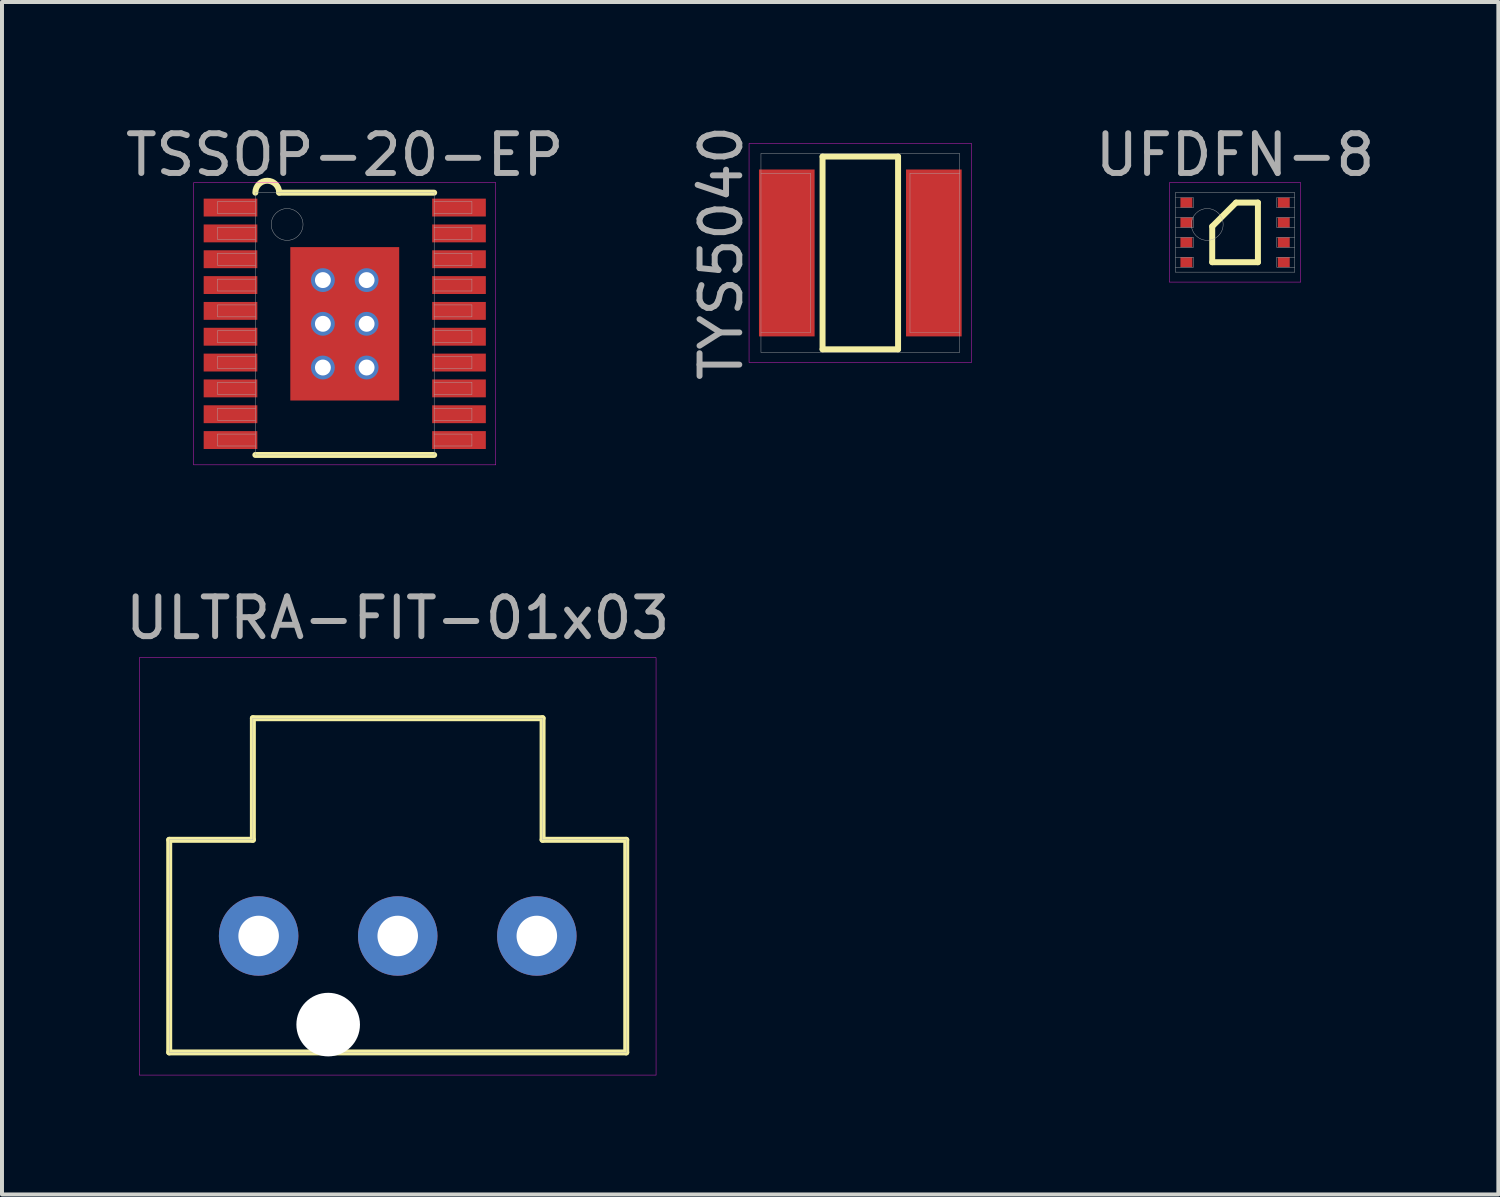
<source format=kicad_pcb>
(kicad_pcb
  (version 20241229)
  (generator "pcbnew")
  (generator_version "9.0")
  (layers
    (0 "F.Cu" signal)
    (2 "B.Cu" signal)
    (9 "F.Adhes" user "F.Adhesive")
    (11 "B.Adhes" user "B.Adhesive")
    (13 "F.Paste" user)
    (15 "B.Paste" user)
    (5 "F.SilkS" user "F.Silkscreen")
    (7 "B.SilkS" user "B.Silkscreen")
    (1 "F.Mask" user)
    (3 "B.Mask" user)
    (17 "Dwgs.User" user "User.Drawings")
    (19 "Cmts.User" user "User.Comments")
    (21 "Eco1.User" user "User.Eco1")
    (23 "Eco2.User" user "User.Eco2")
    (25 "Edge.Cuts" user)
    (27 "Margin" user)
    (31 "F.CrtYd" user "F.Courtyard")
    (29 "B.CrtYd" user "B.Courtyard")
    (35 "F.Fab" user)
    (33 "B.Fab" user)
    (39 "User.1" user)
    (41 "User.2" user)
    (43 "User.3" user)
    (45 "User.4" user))
  (footprint "TSSOP-20-EP"
    (layer "F.Cu")
    (at 5.625 5.098)
    (property "Reference" "TSSOP-20-EP" (at 0 -4.25 0) (layer "F.Fab") (effects (font (size 1 1) (thickness 0.15))))
    (attr through_hole)
    (fp_line (start -2.25 3.3) (end 2.25 3.3) (stroke (width 0.15) (type solid)) (layer "F.SilkS"))
    (fp_line (start -1.65 -3.3) (end 2.25 -3.3) (stroke (width 0.15) (type solid)) (layer "F.SilkS"))
    (fp_arc (start -2.25 -3.3) (mid -1.95 -3.6) (end -1.65 -3.3) (stroke (width 0.15) (type solid)) (layer "F.SilkS"))
    (fp_line (start -3.8 -3.55) (end 3.8 -3.55) (stroke (width 0.01) (type solid)) (layer "F.CrtYd"))
    (fp_line (start -3.8 3.55) (end -3.8 -3.55) (stroke (width 0.01) (type solid)) (layer "F.CrtYd"))
    (fp_line (start 3.8 -3.55) (end 3.8 3.55) (stroke (width 0.01) (type solid)) (layer "F.CrtYd"))
    (fp_line (start 3.8 3.55) (end -3.8 3.55) (stroke (width 0.01) (type solid)) (layer "F.CrtYd"))
    (fp_line (start -3.2 -3.075) (end -2.25 -3.075) (stroke (width 0.01) (type solid)) (layer "F.Fab"))
    (fp_line (start -3.2 -2.775) (end -3.2 -3.075) (stroke (width 0.01) (type solid)) (layer "F.Fab"))
    (fp_line (start -3.2 -2.425) (end -2.25 -2.425) (stroke (width 0.01) (type solid)) (layer "F.Fab"))
    (fp_line (start -3.2 -2.125) (end -3.2 -2.425) (stroke (width 0.01) (type solid)) (layer "F.Fab"))
    (fp_line (start -3.2 -1.775) (end -2.25 -1.775) (stroke (width 0.01) (type solid)) (layer "F.Fab"))
    (fp_line (start -3.2 -1.475) (end -3.2 -1.775) (stroke (width 0.01) (type solid)) (layer "F.Fab"))
    (fp_line (start -3.2 -1.125) (end -2.25 -1.125) (stroke (width 0.01) (type solid)) (layer "F.Fab"))
    (fp_line (start -3.2 -0.825) (end -3.2 -1.125) (stroke (width 0.01) (type solid)) (layer "F.Fab"))
    (fp_line (start -3.2 -0.475) (end -2.25 -0.475) (stroke (width 0.01) (type solid)) (layer "F.Fab"))
    (fp_line (start -3.2 -0.175) (end -3.2 -0.475) (stroke (width 0.01) (type solid)) (layer "F.Fab"))
    (fp_line (start -3.2 0.175) (end -2.25 0.175) (stroke (width 0.01) (type solid)) (layer "F.Fab"))
    (fp_line (start -3.2 0.475) (end -3.2 0.175) (stroke (width 0.01) (type solid)) (layer "F.Fab"))
    (fp_line (start -3.2 0.825) (end -2.25 0.825) (stroke (width 0.01) (type solid)) (layer "F.Fab"))
    (fp_line (start -3.2 1.125) (end -3.2 0.825) (stroke (width 0.01) (type solid)) (layer "F.Fab"))
    (fp_line (start -3.2 1.475) (end -2.25 1.475) (stroke (width 0.01) (type solid)) (layer "F.Fab"))
    (fp_line (start -3.2 1.775) (end -3.2 1.475) (stroke (width 0.01) (type solid)) (layer "F.Fab"))
    (fp_line (start -3.2 2.125) (end -2.25 2.125) (stroke (width 0.01) (type solid)) (layer "F.Fab"))
    (fp_line (start -3.2 2.425) (end -3.2 2.125) (stroke (width 0.01) (type solid)) (layer "F.Fab"))
    (fp_line (start -3.2 2.775) (end -2.25 2.775) (stroke (width 0.01) (type solid)) (layer "F.Fab"))
    (fp_line (start -3.2 3.075) (end -3.2 2.775) (stroke (width 0.01) (type solid)) (layer "F.Fab"))
    (fp_line (start -2.25 -3.3) (end 2.25 -3.3) (stroke (width 0.01) (type solid)) (layer "F.Fab"))
    (fp_line (start -2.25 -2.775) (end -3.2 -2.775) (stroke (width 0.01) (type solid)) (layer "F.Fab"))
    (fp_line (start -2.25 -2.125) (end -3.2 -2.125) (stroke (width 0.01) (type solid)) (layer "F.Fab"))
    (fp_line (start -2.25 -1.475) (end -3.2 -1.475) (stroke (width 0.01) (type solid)) (layer "F.Fab"))
    (fp_line (start -2.25 -0.825) (end -3.2 -0.825) (stroke (width 0.01) (type solid)) (layer "F.Fab"))
    (fp_line (start -2.25 -0.175) (end -3.2 -0.175) (stroke (width 0.01) (type solid)) (layer "F.Fab"))
    (fp_line (start -2.25 0.475) (end -3.2 0.475) (stroke (width 0.01) (type solid)) (layer "F.Fab"))
    (fp_line (start -2.25 1.125) (end -3.2 1.125) (stroke (width 0.01) (type solid)) (layer "F.Fab"))
    (fp_line (start -2.25 1.775) (end -3.2 1.775) (stroke (width 0.01) (type solid)) (layer "F.Fab"))
    (fp_line (start -2.25 2.425) (end -3.2 2.425) (stroke (width 0.01) (type solid)) (layer "F.Fab"))
    (fp_line (start -2.25 3.075) (end -3.2 3.075) (stroke (width 0.01) (type solid)) (layer "F.Fab"))
    (fp_line (start -2.25 3.3) (end -2.25 -3.3) (stroke (width 0.01) (type solid)) (layer "F.Fab"))
    (fp_line (start 2.25 -3.3) (end 2.25 3.3) (stroke (width 0.01) (type solid)) (layer "F.Fab"))
    (fp_line (start 2.25 -3.075) (end 3.2 -3.075) (stroke (width 0.01) (type solid)) (layer "F.Fab"))
    (fp_line (start 2.25 -2.425) (end 3.2 -2.425) (stroke (width 0.01) (type solid)) (layer "F.Fab"))
    (fp_line (start 2.25 -1.775) (end 3.2 -1.775) (stroke (width 0.01) (type solid)) (layer "F.Fab"))
    (fp_line (start 2.25 -1.125) (end 3.2 -1.125) (stroke (width 0.01) (type solid)) (layer "F.Fab"))
    (fp_line (start 2.25 -0.475) (end 3.2 -0.475) (stroke (width 0.01) (type solid)) (layer "F.Fab"))
    (fp_line (start 2.25 0.175) (end 3.2 0.175) (stroke (width 0.01) (type solid)) (layer "F.Fab"))
    (fp_line (start 2.25 0.825) (end 3.2 0.825) (stroke (width 0.01) (type solid)) (layer "F.Fab"))
    (fp_line (start 2.25 1.475) (end 3.2 1.475) (stroke (width 0.01) (type solid)) (layer "F.Fab"))
    (fp_line (start 2.25 2.125) (end 3.2 2.125) (stroke (width 0.01) (type solid)) (layer "F.Fab"))
    (fp_line (start 2.25 2.775) (end 3.2 2.775) (stroke (width 0.01) (type solid)) (layer "F.Fab"))
    (fp_line (start 2.25 3.3) (end -2.25 3.3) (stroke (width 0.01) (type solid)) (layer "F.Fab"))
    (fp_line (start 3.2 -3.075) (end 3.2 -2.775) (stroke (width 0.01) (type solid)) (layer "F.Fab"))
    (fp_line (start 3.2 -2.775) (end 2.25 -2.775) (stroke (width 0.01) (type solid)) (layer "F.Fab"))
    (fp_line (start 3.2 -2.425) (end 3.2 -2.125) (stroke (width 0.01) (type solid)) (layer "F.Fab"))
    (fp_line (start 3.2 -2.125) (end 2.25 -2.125) (stroke (width 0.01) (type solid)) (layer "F.Fab"))
    (fp_line (start 3.2 -1.775) (end 3.2 -1.475) (stroke (width 0.01) (type solid)) (layer "F.Fab"))
    (fp_line (start 3.2 -1.475) (end 2.25 -1.475) (stroke (width 0.01) (type solid)) (layer "F.Fab"))
    (fp_line (start 3.2 -1.125) (end 3.2 -0.825) (stroke (width 0.01) (type solid)) (layer "F.Fab"))
    (fp_line (start 3.2 -0.825) (end 2.25 -0.825) (stroke (width 0.01) (type solid)) (layer "F.Fab"))
    (fp_line (start 3.2 -0.475) (end 3.2 -0.175) (stroke (width 0.01) (type solid)) (layer "F.Fab"))
    (fp_line (start 3.2 -0.175) (end 2.25 -0.175) (stroke (width 0.01) (type solid)) (layer "F.Fab"))
    (fp_line (start 3.2 0.175) (end 3.2 0.475) (stroke (width 0.01) (type solid)) (layer "F.Fab"))
    (fp_line (start 3.2 0.475) (end 2.25 0.475) (stroke (width 0.01) (type solid)) (layer "F.Fab"))
    (fp_line (start 3.2 0.825) (end 3.2 1.125) (stroke (width 0.01) (type solid)) (layer "F.Fab"))
    (fp_line (start 3.2 1.125) (end 2.25 1.125) (stroke (width 0.01) (type solid)) (layer "F.Fab"))
    (fp_line (start 3.2 1.475) (end 3.2 1.775) (stroke (width 0.01) (type solid)) (layer "F.Fab"))
    (fp_line (start 3.2 1.775) (end 2.25 1.775) (stroke (width 0.01) (type solid)) (layer "F.Fab"))
    (fp_line (start 3.2 2.125) (end 3.2 2.425) (stroke (width 0.01) (type solid)) (layer "F.Fab"))
    (fp_line (start 3.2 2.425) (end 2.25 2.425) (stroke (width 0.01) (type solid)) (layer "F.Fab"))
    (fp_line (start 3.2 2.775) (end 3.2 3.075) (stroke (width 0.01) (type solid)) (layer "F.Fab"))
    (fp_line (start 3.2 3.075) (end 2.25 3.075) (stroke (width 0.01) (type solid)) (layer "F.Fab"))
    (fp_circle (center -1.45 -2.5) (end -1.45 -2.1) (stroke (width 0.01) (type solid)) (fill no) (layer "F.Fab"))
    (pad "" smd rect (at 0 -1) (size 2.2 1.5) (layers "F.Mask"))
    (pad "" smd rect (at 0 -1) (size 2.2 1.5) (layers "F.Paste"))
    (pad "" smd rect (at 0 1) (size 2.2 1.5) (layers "F.Mask"))
    (pad "" smd rect (at 0 1) (size 2.2 1.5) (layers "F.Paste"))
    (pad "1" smd rect (at -2.875 -2.925) (size 1.35 0.45) (layers "F.Cu" "F.Mask" "F.Paste"))
    (pad "2" smd rect (at -2.875 -2.275) (size 1.35 0.45) (layers "F.Cu" "F.Mask" "F.Paste"))
    (pad "3" smd rect (at -2.875 -1.625) (size 1.35 0.45) (layers "F.Cu" "F.Mask" "F.Paste"))
    (pad "4" smd rect (at -2.875 -0.975) (size 1.35 0.45) (layers "F.Cu" "F.Mask" "F.Paste"))
    (pad "5" smd rect (at -2.875 -0.325) (size 1.35 0.45) (layers "F.Cu" "F.Mask" "F.Paste"))
    (pad "6" smd rect (at -2.875 0.325) (size 1.35 0.45) (layers "F.Cu" "F.Mask" "F.Paste"))
    (pad "7" smd rect (at -2.875 0.975) (size 1.35 0.45) (layers "F.Cu" "F.Mask" "F.Paste"))
    (pad "8" smd rect (at -2.875 1.625) (size 1.35 0.45) (layers "F.Cu" "F.Mask" "F.Paste"))
    (pad "9" smd rect (at -2.875 2.275) (size 1.35 0.45) (layers "F.Cu" "F.Mask" "F.Paste"))
    (pad "10" smd rect (at -2.875 2.925) (size 1.35 0.45) (layers "F.Cu" "F.Mask" "F.Paste"))
    (pad "11" smd rect (at 2.875 2.925) (size 1.35 0.45) (layers "F.Cu" "F.Mask" "F.Paste"))
    (pad "12" smd rect (at 2.875 2.275) (size 1.35 0.45) (layers "F.Cu" "F.Mask" "F.Paste"))
    (pad "13" smd rect (at 2.875 1.625) (size 1.35 0.45) (layers "F.Cu" "F.Mask" "F.Paste"))
    (pad "14" smd rect (at 2.875 0.975) (size 1.35 0.45) (layers "F.Cu" "F.Mask" "F.Paste"))
    (pad "15" smd rect (at 2.875 0.325) (size 1.35 0.45) (layers "F.Cu" "F.Mask" "F.Paste"))
    (pad "16" smd rect (at 2.875 -0.325) (size 1.35 0.45) (layers "F.Cu" "F.Mask" "F.Paste"))
    (pad "17" smd rect (at 2.875 -0.975) (size 1.35 0.45) (layers "F.Cu" "F.Mask" "F.Paste"))
    (pad "18" smd rect (at 2.875 -1.625) (size 1.35 0.45) (layers "F.Cu" "F.Mask" "F.Paste"))
    (pad "19" smd rect (at 2.875 -2.275) (size 1.35 0.45) (layers "F.Cu" "F.Mask" "F.Paste"))
    (pad "20" smd rect (at 2.875 -2.925) (size 1.35 0.45) (layers "F.Cu" "F.Mask" "F.Paste"))
    (pad "EP" thru_hole circle (at -0.55 -1.1) (size 0.6 0.6) (drill 0.4) (layers "*.Cu"))
    (pad "EP" thru_hole circle (at -0.55 0) (size 0.6 0.6) (drill 0.4) (layers "*.Cu"))
    (pad "EP" thru_hole circle (at -0.55 1.1) (size 0.6 0.6) (drill 0.4) (layers "*.Cu"))
    (pad "EP" smd rect (at 0 0) (size 2.74 3.86) (layers "F.Cu"))
    (pad "EP" thru_hole circle (at 0.55 -1.1) (size 0.6 0.6) (drill 0.4) (layers "*.Cu"))
    (pad "EP" thru_hole circle (at 0.55 0) (size 0.6 0.6) (drill 0.4) (layers "*.Cu"))
    (pad "EP" thru_hole circle (at 0.55 1.1) (size 0.6 0.6) (drill 0.4) (layers "*.Cu")))
  (footprint "ULTRA-FIT-01x03"
    (layer "F.Cu")
    (at 6.958 20.502)
    (property "Reference" "ULTRA-FIT-01x03" (at 0 -8 0) (layer "F.Fab") (effects (font (size 1 1) (thickness 0.15))))
    (attr through_hole)
    (fp_line (start -5.75 -2.42) (end -5.75 2.93) (stroke (width 0.15) (type solid)) (layer "F.SilkS"))
    (fp_line (start -5.75 2.93) (end 5.75 2.93) (stroke (width 0.15) (type solid)) (layer "F.SilkS"))
    (fp_line (start -3.645 -5.48) (end -3.645 -2.42) (stroke (width 0.15) (type solid)) (layer "F.SilkS"))
    (fp_line (start -3.645 -2.42) (end -5.75 -2.42) (stroke (width 0.15) (type solid)) (layer "F.SilkS"))
    (fp_line (start 3.645 -5.48) (end -3.645 -5.48) (stroke (width 0.15) (type solid)) (layer "F.SilkS"))
    (fp_line (start 3.645 -2.42) (end 3.645 -5.48) (stroke (width 0.15) (type solid)) (layer "F.SilkS"))
    (fp_line (start 5.75 -2.42) (end 3.645 -2.42) (stroke (width 0.15) (type solid)) (layer "F.SilkS"))
    (fp_line (start 5.75 2.93) (end 5.75 -2.42) (stroke (width 0.15) (type solid)) (layer "F.SilkS"))
    (fp_line (start -6.5 -7) (end -6.5 3.5) (stroke (width 0.01) (type solid)) (layer "F.CrtYd"))
    (fp_line (start -6.5 3.5) (end 6.5 3.5) (stroke (width 0.01) (type solid)) (layer "F.CrtYd"))
    (fp_line (start 6.5 -7) (end -6.5 -7) (stroke (width 0.01) (type solid)) (layer "F.CrtYd"))
    (fp_line (start 6.5 3.5) (end 6.5 -7) (stroke (width 0.01) (type solid)) (layer "F.CrtYd"))
    (fp_line (start -5.75 -2.42) (end -5.75 2.93) (stroke (width 0.01) (type solid)) (layer "F.Fab"))
    (fp_line (start -5.75 2.93) (end 5.75 2.93) (stroke (width 0.01) (type solid)) (layer "F.Fab"))
    (fp_line (start -3.645 -5.48) (end -3.645 -2.42) (stroke (width 0.01) (type solid)) (layer "F.Fab"))
    (fp_line (start -3.645 -2.42) (end -5.75 -2.42) (stroke (width 0.01) (type solid)) (layer "F.Fab"))
    (fp_line (start 3.645 -5.48) (end -3.645 -5.48) (stroke (width 0.01) (type solid)) (layer "F.Fab"))
    (fp_line (start 3.645 -2.42) (end 3.645 -5.48) (stroke (width 0.01) (type solid)) (layer "F.Fab"))
    (fp_line (start 5.75 -2.42) (end 3.645 -2.42) (stroke (width 0.01) (type solid)) (layer "F.Fab"))
    (fp_line (start 5.75 2.93) (end 5.75 -2.42) (stroke (width 0.01) (type solid)) (layer "F.Fab"))
    (pad "" np_thru_hole circle (at -1.75 2.23) (size 1.6 1.6) (drill 1.6) (layers "*.Cu" "*.Mask"))
    (pad "1" thru_hole circle (at -3.5 0) (size 2 2) (drill 1.02) (layers "*.Cu" "*.Mask"))
    (pad "2" thru_hole circle (at 0 0) (size 2 2) (drill 1.02) (layers "*.Cu" "*.Mask"))
    (pad "3" thru_hole circle (at 3.5 0) (size 2 2) (drill 1.02) (layers "*.Cu" "*.Mask")))
  (footprint "TYS5040"
    (layer "F.Cu")
    (at 18.598 3.315)
    (property "Reference" "TYS5040" (at -3.5 0 90) (layer "F.Fab") (effects (font (size 1 1) (thickness 0.15))))
    (attr through_hole)
    (fp_line (start -0.95 -2.425) (end 0.95 -2.425) (stroke (width 0.15) (type solid)) (layer "F.SilkS"))
    (fp_line (start -0.95 2.425) (end -0.95 -2.425) (stroke (width 0.15) (type solid)) (layer "F.SilkS"))
    (fp_line (start 0.95 -2.425) (end 0.95 2.425) (stroke (width 0.15) (type solid)) (layer "F.SilkS"))
    (fp_line (start 0.95 2.425) (end -0.95 2.425) (stroke (width 0.15) (type solid)) (layer "F.SilkS"))
    (fp_line (start -2.8 -2.75) (end 2.8 -2.75) (stroke (width 0.01) (type solid)) (layer "F.CrtYd"))
    (fp_line (start -2.8 2.75) (end -2.8 -2.75) (stroke (width 0.01) (type solid)) (layer "F.CrtYd"))
    (fp_line (start 2.8 -2.75) (end 2.8 2.75) (stroke (width 0.01) (type solid)) (layer "F.CrtYd"))
    (fp_line (start 2.8 2.75) (end -2.8 2.75) (stroke (width 0.01) (type solid)) (layer "F.CrtYd"))
    (fp_line (start -2.5 -2.5) (end 2.5 -2.5) (stroke (width 0.01) (type solid)) (layer "F.Fab"))
    (fp_line (start -2.5 2.5) (end -2.5 -2.5) (stroke (width 0.01) (type solid)) (layer "F.Fab"))
    (fp_line (start -1.25 -2) (end -2.5 -2) (stroke (width 0.01) (type solid)) (layer "F.Fab"))
    (fp_line (start -1.25 -2) (end -1.25 2) (stroke (width 0.01) (type solid)) (layer "F.Fab"))
    (fp_line (start -1.25 2) (end -2.5 2) (stroke (width 0.01) (type solid)) (layer "F.Fab"))
    (fp_line (start 1.25 -2) (end 1.25 2) (stroke (width 0.01) (type solid)) (layer "F.Fab"))
    (fp_line (start 1.25 -2) (end 2.5 -2) (stroke (width 0.01) (type solid)) (layer "F.Fab"))
    (fp_line (start 1.25 2) (end 2.5 2) (stroke (width 0.01) (type solid)) (layer "F.Fab"))
    (fp_line (start 2.5 -2.5) (end 2.5 2.5) (stroke (width 0.01) (type solid)) (layer "F.Fab"))
    (fp_line (start 2.5 2.5) (end -2.5 2.5) (stroke (width 0.01) (type solid)) (layer "F.Fab"))
    (pad "1" smd rect (at -1.85 0) (size 1.4 4.2) (layers "F.Cu" "F.Mask" "F.Paste"))
    (pad "2" smd rect (at 1.85 0) (size 1.4 4.2) (layers "F.Cu" "F.Mask" "F.Paste")))
  (footprint "UFDFN-8"
    (layer "F.Cu")
    (at 28.028 2.798)
    (property "Reference" "UFDFN-8" (at 0 -1.95 0) (layer "F.Fab") (effects (font (size 1 1) (thickness 0.15))))
    (attr through_hole)
    (fp_line (start -0.575 -0.15) (end 0.025 -0.75) (stroke (width 0.15) (type solid)) (layer "F.SilkS"))
    (fp_line (start -0.575 0.75) (end -0.575 -0.15) (stroke (width 0.15) (type solid)) (layer "F.SilkS"))
    (fp_line (start 0.025 -0.75) (end 0.575 -0.75) (stroke (width 0.15) (type solid)) (layer "F.SilkS"))
    (fp_line (start 0.575 -0.75) (end 0.575 0.75) (stroke (width 0.15) (type solid)) (layer "F.SilkS"))
    (fp_line (start 0.575 0.75) (end -0.575 0.75) (stroke (width 0.15) (type solid)) (layer "F.SilkS"))
    (fp_line (start -1.65 -1.25) (end 1.65 -1.25) (stroke (width 0.01) (type solid)) (layer "F.CrtYd"))
    (fp_line (start -1.65 1.25) (end -1.65 -1.25) (stroke (width 0.01) (type solid)) (layer "F.CrtYd"))
    (fp_line (start 1.65 -1.25) (end 1.65 1.25) (stroke (width 0.01) (type solid)) (layer "F.CrtYd"))
    (fp_line (start 1.65 1.25) (end -1.65 1.25) (stroke (width 0.01) (type solid)) (layer "F.CrtYd"))
    (fp_line (start -1.5 -1) (end 1.5 -1) (stroke (width 0.01) (type solid)) (layer "F.Fab"))
    (fp_line (start -1.5 -0.625) (end -1.05 -0.625) (stroke (width 0.01) (type solid)) (layer "F.Fab"))
    (fp_line (start -1.5 -0.125) (end -1.05 -0.125) (stroke (width 0.01) (type solid)) (layer "F.Fab"))
    (fp_line (start -1.5 0.375) (end -1.05 0.375) (stroke (width 0.01) (type solid)) (layer "F.Fab"))
    (fp_line (start -1.5 0.875) (end -1.05 0.875) (stroke (width 0.01) (type solid)) (layer "F.Fab"))
    (fp_line (start -1.5 1) (end -1.5 -1) (stroke (width 0.01) (type solid)) (layer "F.Fab"))
    (fp_line (start -1.05 -0.875) (end -1.5 -0.875) (stroke (width 0.01) (type solid)) (layer "F.Fab"))
    (fp_line (start -1.05 -0.625) (end -1.05 -0.875) (stroke (width 0.01) (type solid)) (layer "F.Fab"))
    (fp_line (start -1.05 -0.375) (end -1.5 -0.375) (stroke (width 0.01) (type solid)) (layer "F.Fab"))
    (fp_line (start -1.05 -0.125) (end -1.05 -0.375) (stroke (width 0.01) (type solid)) (layer "F.Fab"))
    (fp_line (start -1.05 0.125) (end -1.5 0.125) (stroke (width 0.01) (type solid)) (layer "F.Fab"))
    (fp_line (start -1.05 0.375) (end -1.05 0.125) (stroke (width 0.01) (type solid)) (layer "F.Fab"))
    (fp_line (start -1.05 0.625) (end -1.5 0.625) (stroke (width 0.01) (type solid)) (layer "F.Fab"))
    (fp_line (start -1.05 0.875) (end -1.05 0.625) (stroke (width 0.01) (type solid)) (layer "F.Fab"))
    (fp_line (start 1.05 -0.875) (end 1.05 -0.625) (stroke (width 0.01) (type solid)) (layer "F.Fab"))
    (fp_line (start 1.05 -0.625) (end 1.5 -0.625) (stroke (width 0.01) (type solid)) (layer "F.Fab"))
    (fp_line (start 1.05 -0.375) (end 1.05 -0.125) (stroke (width 0.01) (type solid)) (layer "F.Fab"))
    (fp_line (start 1.05 -0.125) (end 1.5 -0.125) (stroke (width 0.01) (type solid)) (layer "F.Fab"))
    (fp_line (start 1.05 0.125) (end 1.05 0.375) (stroke (width 0.01) (type solid)) (layer "F.Fab"))
    (fp_line (start 1.05 0.375) (end 1.5 0.375) (stroke (width 0.01) (type solid)) (layer "F.Fab"))
    (fp_line (start 1.05 0.625) (end 1.05 0.875) (stroke (width 0.01) (type solid)) (layer "F.Fab"))
    (fp_line (start 1.05 0.875) (end 1.5 0.875) (stroke (width 0.01) (type solid)) (layer "F.Fab"))
    (fp_line (start 1.5 -1) (end 1.5 1) (stroke (width 0.01) (type solid)) (layer "F.Fab"))
    (fp_line (start 1.5 -0.875) (end 1.05 -0.875) (stroke (width 0.01) (type solid)) (layer "F.Fab"))
    (fp_line (start 1.5 -0.375) (end 1.05 -0.375) (stroke (width 0.01) (type solid)) (layer "F.Fab"))
    (fp_line (start 1.5 0.125) (end 1.05 0.125) (stroke (width 0.01) (type solid)) (layer "F.Fab"))
    (fp_line (start 1.5 0.625) (end 1.05 0.625) (stroke (width 0.01) (type solid)) (layer "F.Fab"))
    (fp_line (start 1.5 1) (end -1.5 1) (stroke (width 0.01) (type solid)) (layer "F.Fab"))
    (fp_circle (center -0.7 -0.2) (end -0.7 0.2) (stroke (width 0.01) (type solid)) (fill no) (layer "F.Fab"))
    (pad "1" smd rect (at -1.225 -0.75) (size 0.3 0.25) (layers "F.Cu" "F.Mask" "F.Paste"))
    (pad "2" smd rect (at -1.225 -0.25) (size 0.3 0.25) (layers "F.Cu" "F.Mask" "F.Paste"))
    (pad "3" smd rect (at -1.225 0.25) (size 0.3 0.25) (layers "F.Cu" "F.Mask" "F.Paste"))
    (pad "4" smd rect (at -1.225 0.75) (size 0.3 0.25) (layers "F.Cu" "F.Mask" "F.Paste"))
    (pad "5" smd rect (at 1.225 0.75) (size 0.3 0.25) (layers "F.Cu" "F.Mask" "F.Paste"))
    (pad "6" smd rect (at 1.225 0.25) (size 0.3 0.25) (layers "F.Cu" "F.Mask" "F.Paste"))
    (pad "7" smd rect (at 1.225 -0.25) (size 0.3 0.25) (layers "F.Cu" "F.Mask" "F.Paste"))
    (pad "8" smd rect (at 1.225 -0.75) (size 0.3 0.25) (layers "F.Cu" "F.Mask" "F.Paste")))
  (gr_rect
    (start -3 -3)
    (end 34.653 27.006)
    (stroke (width 0.1) (type default))
    (fill no)
    (layer "Edge.Cuts")))
</source>
